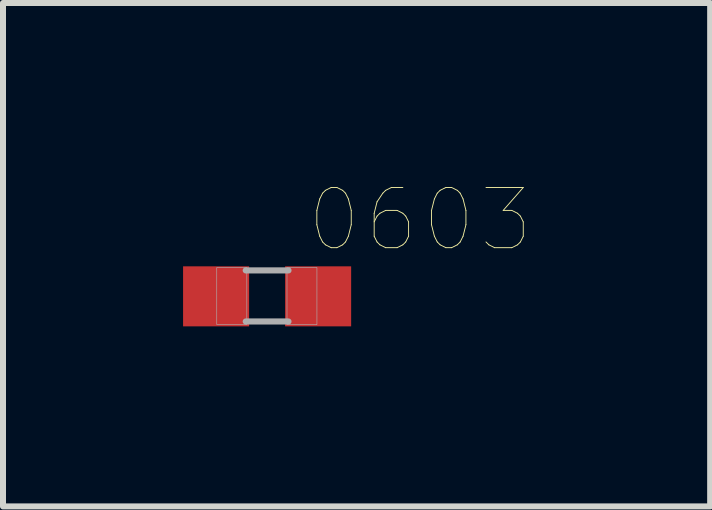
<source format=kicad_pcb>
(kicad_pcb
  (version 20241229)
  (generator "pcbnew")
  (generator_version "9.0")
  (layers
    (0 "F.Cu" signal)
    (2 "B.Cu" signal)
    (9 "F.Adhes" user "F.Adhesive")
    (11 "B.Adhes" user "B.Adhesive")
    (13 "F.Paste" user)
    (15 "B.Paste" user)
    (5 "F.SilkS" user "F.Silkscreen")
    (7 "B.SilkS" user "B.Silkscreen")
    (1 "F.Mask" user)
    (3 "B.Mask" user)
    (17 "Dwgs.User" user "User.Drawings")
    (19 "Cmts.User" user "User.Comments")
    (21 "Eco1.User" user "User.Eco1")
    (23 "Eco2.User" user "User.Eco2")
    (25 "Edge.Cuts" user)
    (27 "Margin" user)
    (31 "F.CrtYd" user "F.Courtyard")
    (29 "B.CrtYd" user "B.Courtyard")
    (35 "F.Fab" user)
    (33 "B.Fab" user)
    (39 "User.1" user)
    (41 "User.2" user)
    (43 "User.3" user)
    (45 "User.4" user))
  (footprint "0603"
    (layer "F.Cu")
    (at 1.4 1.887)
    (property "Reference" "0603" (at 2.548 -1.274 0) (layer "F.SilkS") (effects (font (size 1.003 1.003) (thickness 0.015))))
    (attr through_hole)
    (fp_line (start -0.356 -0.432) (end 0.356 -0.432) (stroke (width 0.102) (type solid)) (layer "F.Fab"))
    (fp_line (start -0.356 0.419) (end 0.356 0.419) (stroke (width 0.102) (type solid)) (layer "F.Fab"))
    (fp_poly (pts (xy -0.839 -0.48) (xy -0.338 -0.48) (xy -0.338 0.47) (xy -0.839 0.47)) (stroke (width 0.01) (type solid)) (fill no) (layer "F.Fab"))
    (fp_poly (pts (xy 0.331 -0.48) (xy 0.83 -0.48) (xy 0.83 0.471) (xy 0.331 0.471)) (stroke (width 0.01) (type solid)) (fill no) (layer "F.Fab"))
    (pad "1" smd rect (at -0.85 0) (size 1.1 1) (layers "F.Cu" "F.Mask" "F.Paste"))
    (pad "2" smd rect (at 0.85 0) (size 1.1 1) (layers "F.Cu" "F.Mask" "F.Paste")))
  (gr_rect
    (start -3 -3)
    (end 8.781 5.387)
    (stroke (width 0.1) (type default))
    (fill no)
    (layer "Edge.Cuts")))
</source>
